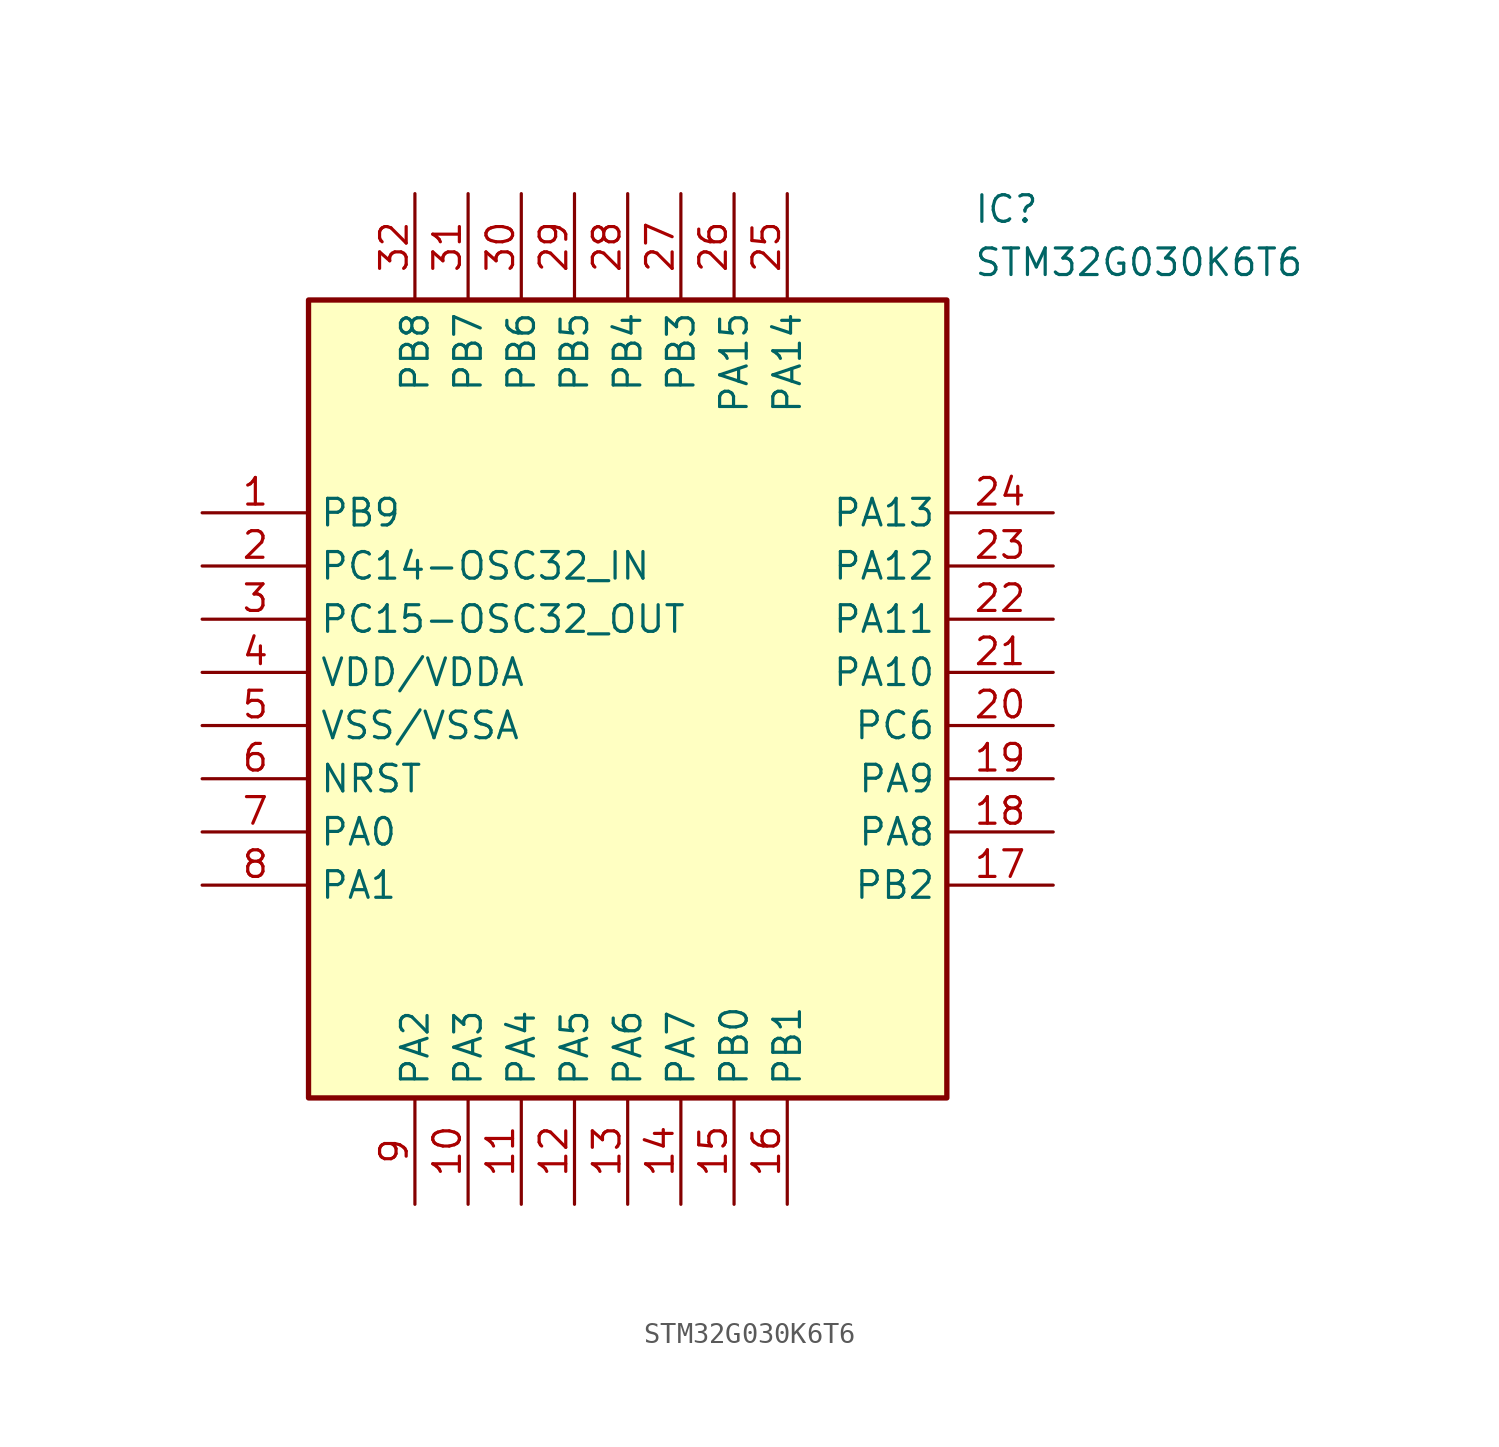
<source format=kicad_sym>
(kicad_symbol_lib
  (version 20211014)
  (generator SamacSys_ECAD_Model)
  (symbol "STM32G030K6T6"
    (property "Reference" "IC"
      (at 36.83 15.24 0)
      (effects (font (size 1.27 1.27)) (justify left top)))
    (property "Value" "STM32G030K6T6"
      (at 36.83 12.7 0)
      (effects (font (size 1.27 1.27)) (justify left top)))
    (rectangle
      (start 5.08 10.16)
      (end 35.56 -27.94)
      (stroke (width 0.254) (type default))
      (fill (type background)))
    (pin passive line
      (at 0 0 0)
      (length 5.08)
      (name "PB9" (effects (font (size 1.27 1.27))))
      (number "1" (effects (font (size 1.27 1.27)))))
    (pin passive line
      (at 0 -2.54 0)
      (length 5.08)
      (name "PC14-OSC32_IN" (effects (font (size 1.27 1.27))))
      (number "2" (effects (font (size 1.27 1.27)))))
    (pin passive line
      (at 0 -5.08 0)
      (length 5.08)
      (name "PC15-OSC32_OUT" (effects (font (size 1.27 1.27))))
      (number "3" (effects (font (size 1.27 1.27)))))
    (pin passive line
      (at 0 -7.62 0)
      (length 5.08)
      (name "VDD/VDDA" (effects (font (size 1.27 1.27))))
      (number "4" (effects (font (size 1.27 1.27)))))
    (pin passive line
      (at 0 -10.16 0)
      (length 5.08)
      (name "VSS/VSSA" (effects (font (size 1.27 1.27))))
      (number "5" (effects (font (size 1.27 1.27)))))
    (pin passive line
      (at 0 -12.7 0)
      (length 5.08)
      (name "NRST" (effects (font (size 1.27 1.27))))
      (number "6" (effects (font (size 1.27 1.27)))))
    (pin passive line
      (at 0 -15.24 0)
      (length 5.08)
      (name "PA0" (effects (font (size 1.27 1.27))))
      (number "7" (effects (font (size 1.27 1.27)))))
    (pin passive line
      (at 0 -17.78 0)
      (length 5.08)
      (name "PA1" (effects (font (size 1.27 1.27))))
      (number "8" (effects (font (size 1.27 1.27)))))
    (pin passive line
      (at 10.16 -33.02 90)
      (length 5.08)
      (name "PA2" (effects (font (size 1.27 1.27))))
      (number "9" (effects (font (size 1.27 1.27)))))
    (pin passive line
      (at 12.7 -33.02 90)
      (length 5.08)
      (name "PA3" (effects (font (size 1.27 1.27))))
      (number "10" (effects (font (size 1.27 1.27)))))
    (pin passive line
      (at 15.24 -33.02 90)
      (length 5.08)
      (name "PA4" (effects (font (size 1.27 1.27))))
      (number "11" (effects (font (size 1.27 1.27)))))
    (pin passive line
      (at 17.78 -33.02 90)
      (length 5.08)
      (name "PA5" (effects (font (size 1.27 1.27))))
      (number "12" (effects (font (size 1.27 1.27)))))
    (pin passive line
      (at 20.32 -33.02 90)
      (length 5.08)
      (name "PA6" (effects (font (size 1.27 1.27))))
      (number "13" (effects (font (size 1.27 1.27)))))
    (pin passive line
      (at 22.86 -33.02 90)
      (length 5.08)
      (name "PA7" (effects (font (size 1.27 1.27))))
      (number "14" (effects (font (size 1.27 1.27)))))
    (pin passive line
      (at 25.4 -33.02 90)
      (length 5.08)
      (name "PB0" (effects (font (size 1.27 1.27))))
      (number "15" (effects (font (size 1.27 1.27)))))
    (pin passive line
      (at 27.94 -33.02 90)
      (length 5.08)
      (name "PB1" (effects (font (size 1.27 1.27))))
      (number "16" (effects (font (size 1.27 1.27)))))
    (pin passive line
      (at 40.64 0 180)
      (length 5.08)
      (name "PA13" (effects (font (size 1.27 1.27))))
      (number "24" (effects (font (size 1.27 1.27)))))
    (pin passive line
      (at 40.64 -2.54 180)
      (length 5.08)
      (name "PA12" (effects (font (size 1.27 1.27))))
      (number "23" (effects (font (size 1.27 1.27)))))
    (pin passive line
      (at 40.64 -5.08 180)
      (length 5.08)
      (name "PA11" (effects (font (size 1.27 1.27))))
      (number "22" (effects (font (size 1.27 1.27)))))
    (pin passive line
      (at 40.64 -7.62 180)
      (length 5.08)
      (name "PA10" (effects (font (size 1.27 1.27))))
      (number "21" (effects (font (size 1.27 1.27)))))
    (pin passive line
      (at 40.64 -10.16 180)
      (length 5.08)
      (name "PC6" (effects (font (size 1.27 1.27))))
      (number "20" (effects (font (size 1.27 1.27)))))
    (pin passive line
      (at 40.64 -12.7 180)
      (length 5.08)
      (name "PA9" (effects (font (size 1.27 1.27))))
      (number "19" (effects (font (size 1.27 1.27)))))
    (pin passive line
      (at 40.64 -15.24 180)
      (length 5.08)
      (name "PA8" (effects (font (size 1.27 1.27))))
      (number "18" (effects (font (size 1.27 1.27)))))
    (pin passive line
      (at 40.64 -17.78 180)
      (length 5.08)
      (name "PB2" (effects (font (size 1.27 1.27))))
      (number "17" (effects (font (size 1.27 1.27)))))
    (pin passive line
      (at 10.16 15.24 270)
      (length 5.08)
      (name "PB8" (effects (font (size 1.27 1.27))))
      (number "32" (effects (font (size 1.27 1.27)))))
    (pin passive line
      (at 12.7 15.24 270)
      (length 5.08)
      (name "PB7" (effects (font (size 1.27 1.27))))
      (number "31" (effects (font (size 1.27 1.27)))))
    (pin passive line
      (at 15.24 15.24 270)
      (length 5.08)
      (name "PB6" (effects (font (size 1.27 1.27))))
      (number "30" (effects (font (size 1.27 1.27)))))
    (pin passive line
      (at 17.78 15.24 270)
      (length 5.08)
      (name "PB5" (effects (font (size 1.27 1.27))))
      (number "29" (effects (font (size 1.27 1.27)))))
    (pin passive line
      (at 20.32 15.24 270)
      (length 5.08)
      (name "PB4" (effects (font (size 1.27 1.27))))
      (number "28" (effects (font (size 1.27 1.27)))))
    (pin passive line
      (at 22.86 15.24 270)
      (length 5.08)
      (name "PB3" (effects (font (size 1.27 1.27))))
      (number "27" (effects (font (size 1.27 1.27)))))
    (pin passive line
      (at 25.4 15.24 270)
      (length 5.08)
      (name "PA15" (effects (font (size 1.27 1.27))))
      (number "26" (effects (font (size 1.27 1.27)))))
    (pin passive line
      (at 27.94 15.24 270)
      (length 5.08)
      (name "PA14" (effects (font (size 1.27 1.27))))
      (number "25" (effects (font (size 1.27 1.27)))))))
</source>
